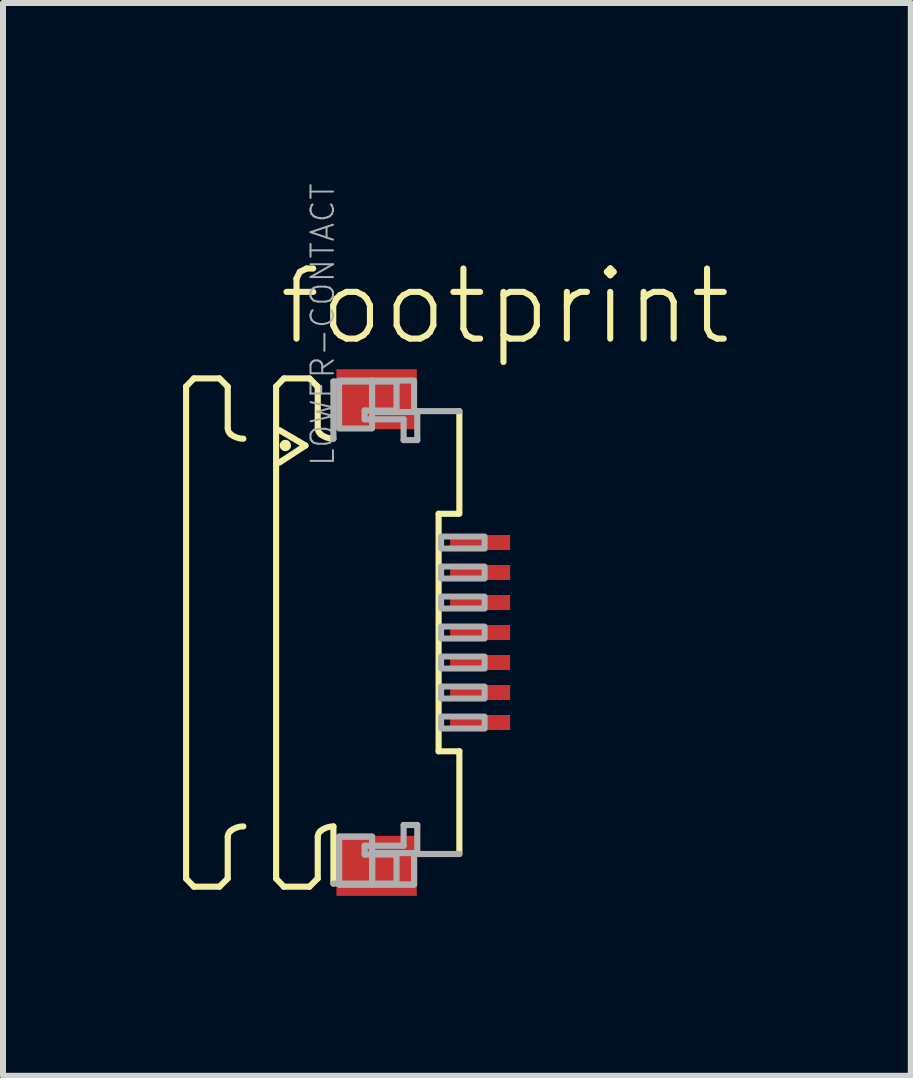
<source format=kicad_pcb>
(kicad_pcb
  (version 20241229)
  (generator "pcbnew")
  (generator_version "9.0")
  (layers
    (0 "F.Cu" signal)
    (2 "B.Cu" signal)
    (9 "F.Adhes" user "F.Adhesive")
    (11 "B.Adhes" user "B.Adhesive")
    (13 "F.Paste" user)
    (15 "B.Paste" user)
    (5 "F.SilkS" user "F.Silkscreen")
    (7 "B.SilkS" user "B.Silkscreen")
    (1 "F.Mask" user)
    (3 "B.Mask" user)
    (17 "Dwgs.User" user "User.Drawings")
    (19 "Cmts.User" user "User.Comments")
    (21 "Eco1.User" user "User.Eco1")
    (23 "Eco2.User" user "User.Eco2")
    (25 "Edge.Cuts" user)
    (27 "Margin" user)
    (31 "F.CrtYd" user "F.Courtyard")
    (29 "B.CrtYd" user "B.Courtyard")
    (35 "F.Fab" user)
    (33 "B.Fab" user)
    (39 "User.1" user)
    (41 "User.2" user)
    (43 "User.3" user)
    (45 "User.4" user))
  (footprint "footprint"
    (layer "F.Cu")
    (at 3.046 7.491)
    (property "Reference" "footprint" (at -1.5 -4.75 0) (layer "F.SilkS") (effects (font (size 1.168 1.168) (thickness 0.102)) (justify left bottom)))
    (fp_poly (pts (xy 1.355 -1.325) (xy 2.455 -1.325) (xy 2.455 -1.675) (xy 1.355 -1.675)) (stroke (width 0) (type solid)) (fill yes) (layer "F.Mask"))
    (fp_poly (pts (xy 1.355 -0.825) (xy 2.455 -0.825) (xy 2.455 -1.175) (xy 1.355 -1.175)) (stroke (width 0) (type solid)) (fill yes) (layer "F.Mask"))
    (fp_poly (pts (xy 1.355 -0.325) (xy 2.455 -0.325) (xy 2.455 -0.675) (xy 1.355 -0.675)) (stroke (width 0) (type solid)) (fill yes) (layer "F.Mask"))
    (fp_poly (pts (xy 1.355 0.175) (xy 2.455 0.175) (xy 2.455 -0.175) (xy 1.355 -0.175)) (stroke (width 0) (type solid)) (fill yes) (layer "F.Mask"))
    (fp_poly (pts (xy 1.355 0.675) (xy 2.455 0.675) (xy 2.455 0.325) (xy 1.355 0.325)) (stroke (width 0) (type solid)) (fill yes) (layer "F.Mask"))
    (fp_poly (pts (xy 1.355 1.175) (xy 2.455 1.175) (xy 2.455 0.825) (xy 1.355 0.825)) (stroke (width 0) (type solid)) (fill yes) (layer "F.Mask"))
    (fp_poly (pts (xy 1.355 1.675) (xy 2.455 1.675) (xy 2.455 1.325) (xy 1.355 1.325)) (stroke (width 0) (type solid)) (fill yes) (layer "F.Mask"))
    (fp_line (start -2.995 -4.1) (end -2.865 -4.235) (stroke (width 0.102) (type solid)) (layer "F.SilkS"))
    (fp_line (start -2.995 4.1) (end -2.995 -4.1) (stroke (width 0.102) (type solid)) (layer "F.SilkS"))
    (fp_line (start -2.995 4.1) (end -2.865 4.235) (stroke (width 0.102) (type solid)) (layer "F.SilkS"))
    (fp_line (start -2.865 -4.235) (end -2.438 -4.235) (stroke (width 0.102) (type solid)) (layer "F.SilkS"))
    (fp_line (start -2.865 4.235) (end -2.438 4.235) (stroke (width 0.102) (type solid)) (layer "F.SilkS"))
    (fp_line (start -2.438 -4.235) (end -2.301 -4.098) (stroke (width 0.102) (type solid)) (layer "F.SilkS"))
    (fp_line (start -2.438 4.235) (end -2.301 4.098) (stroke (width 0.102) (type solid)) (layer "F.SilkS"))
    (fp_line (start -2.301 -4.098) (end -2.301 -3.406) (stroke (width 0.102) (type solid)) (layer "F.SilkS"))
    (fp_line (start -2.301 4.098) (end -2.301 3.406) (stroke (width 0.102) (type solid)) (layer "F.SilkS"))
    (fp_line (start -1.495 -4.1) (end -1.365 -4.235) (stroke (width 0.102) (type solid)) (layer "F.SilkS"))
    (fp_line (start -1.495 4.1) (end -1.495 -4.1) (stroke (width 0.102) (type solid)) (layer "F.SilkS"))
    (fp_line (start -1.495 4.1) (end -1.365 4.235) (stroke (width 0.102) (type solid)) (layer "F.SilkS"))
    (fp_line (start -1.441 -3.373) (end -1.005 -3.117) (stroke (width 0.102) (type solid)) (layer "F.SilkS"))
    (fp_line (start -1.365 -4.235) (end -0.939 -4.235) (stroke (width 0.102) (type solid)) (layer "F.SilkS"))
    (fp_line (start -1.365 4.235) (end -0.939 4.235) (stroke (width 0.102) (type solid)) (layer "F.SilkS"))
    (fp_line (start -1.005 -3.117) (end -1.441 -2.832) (stroke (width 0.102) (type solid)) (layer "F.SilkS"))
    (fp_line (start -0.939 -4.235) (end -0.801 -4.098) (stroke (width 0.102) (type solid)) (layer "F.SilkS"))
    (fp_line (start -0.939 4.235) (end -0.801 4.098) (stroke (width 0.102) (type solid)) (layer "F.SilkS"))
    (fp_line (start -0.801 -4.098) (end -0.801 -3.406) (stroke (width 0.102) (type solid)) (layer "F.SilkS"))
    (fp_line (start -0.801 4.098) (end -0.801 3.406) (stroke (width 0.102) (type solid)) (layer "F.SilkS"))
    (fp_line (start -0.54 3.23) (end -0.54 4.183) (stroke (width 0.102) (type solid)) (layer "F.SilkS"))
    (fp_line (start 1.213 1.979) (end 1.213 -1.979) (stroke (width 0.102) (type solid)) (layer "F.SilkS"))
    (fp_line (start 1.538 -1.979) (end 1.213 -1.979) (stroke (width 0.102) (type solid)) (layer "F.SilkS"))
    (fp_line (start 1.559 -3.69) (end 1.559 -1.979) (stroke (width 0.102) (type solid)) (layer "F.SilkS"))
    (fp_line (start 1.559 1.979) (end 1.213 1.979) (stroke (width 0.102) (type solid)) (layer "F.SilkS"))
    (fp_line (start 1.559 3.69) (end 1.559 1.979) (stroke (width 0.102) (type solid)) (layer "F.SilkS"))
    (fp_arc (start -2.301 3.4057) (mid -2.288538 3.350596) (end -2.2536 3.306199) (stroke (width 0.1016) (type solid)) (layer "F.SilkS"))
    (fp_arc (start -2.2536 -3.306199) (mid -2.288538 -3.350596) (end -2.301 -3.4057) (stroke (width 0.1016) (type solid)) (layer "F.SilkS"))
    (fp_arc (start -2.2536 3.3062) (mid -2.153476 3.249935) (end -2.0403 3.230399) (stroke (width 0.1016) (type solid)) (layer "F.SilkS"))
    (fp_arc (start -2.0403 -3.230399) (mid -2.153476 -3.249935) (end -2.2536 -3.3062) (stroke (width 0.1016) (type solid)) (layer "F.SilkS"))
    (fp_arc (start -0.801 3.4057) (mid -0.788538 3.350596) (end -0.7536 3.306199) (stroke (width 0.1016) (type solid)) (layer "F.SilkS"))
    (fp_arc (start -0.7536 -3.306199) (mid -0.788538 -3.350596) (end -0.801 -3.4057) (stroke (width 0.1016) (type solid)) (layer "F.SilkS"))
    (fp_arc (start -0.7536 3.3062) (mid -0.653476 3.249935) (end -0.5403 3.230399) (stroke (width 0.1016) (type solid)) (layer "F.SilkS"))
    (fp_arc (start -0.5403 -3.230399) (mid -0.653476 -3.249935) (end -0.7536 -3.3062) (stroke (width 0.1016) (type solid)) (layer "F.SilkS"))
    (fp_circle (center -1.341 -3.117) (end -1.294 -3.117) (stroke (width 0.095) (type solid)) (fill yes) (layer "F.SilkS"))
    (fp_line (start -0.54 -4.183) (end 0.512 -4.183) (stroke (width 0.102) (type solid)) (layer "F.Fab"))
    (fp_line (start -0.54 -3.23) (end -0.54 -4.183) (stroke (width 0.102) (type solid)) (layer "F.Fab"))
    (fp_line (start -0.54 4.183) (end 0.512 4.183) (stroke (width 0.102) (type solid)) (layer "F.Fab"))
    (fp_line (start -0.019 -3.7) (end -0.019 -3.553) (stroke (width 0.102) (type solid)) (layer "F.Fab"))
    (fp_line (start -0.019 -3.553) (end 0.63 -3.553) (stroke (width 0.102) (type solid)) (layer "F.Fab"))
    (fp_line (start -0.019 3.553) (end 0.63 3.553) (stroke (width 0.102) (type solid)) (layer "F.Fab"))
    (fp_line (start -0.019 3.7) (end -0.019 3.553) (stroke (width 0.102) (type solid)) (layer "F.Fab"))
    (fp_line (start 0.512 -4.183) (end 0.512 -3.7) (stroke (width 0.102) (type solid)) (layer "F.Fab"))
    (fp_line (start 0.512 -3.7) (end -0.019 -3.7) (stroke (width 0.102) (type solid)) (layer "F.Fab"))
    (fp_line (start 0.512 3.7) (end -0.019 3.7) (stroke (width 0.102) (type solid)) (layer "F.Fab"))
    (fp_line (start 0.512 4.183) (end 0.512 3.7) (stroke (width 0.102) (type solid)) (layer "F.Fab"))
    (fp_line (start 0.63 -3.553) (end 0.63 -3.207) (stroke (width 0.102) (type solid)) (layer "F.Fab"))
    (fp_line (start 0.63 -3.207) (end 0.858 -3.207) (stroke (width 0.102) (type solid)) (layer "F.Fab"))
    (fp_line (start 0.63 3.207) (end 0.858 3.207) (stroke (width 0.102) (type solid)) (layer "F.Fab"))
    (fp_line (start 0.63 3.553) (end 0.63 3.207) (stroke (width 0.102) (type solid)) (layer "F.Fab"))
    (fp_line (start 0.858 -3.69) (end 1.559 -3.69) (stroke (width 0.102) (type solid)) (layer "F.Fab"))
    (fp_line (start 0.858 -3.207) (end 0.858 -3.69) (stroke (width 0.102) (type solid)) (layer "F.Fab"))
    (fp_line (start 0.858 3.207) (end 0.858 3.69) (stroke (width 0.102) (type solid)) (layer "F.Fab"))
    (fp_line (start 0.858 3.69) (end 1.559 3.69) (stroke (width 0.102) (type solid)) (layer "F.Fab"))
    (fp_poly (pts (xy -0.445 -3.4) (xy 0.105 -3.4) (xy 0.105 -4.2) (xy -0.445 -4.2)) (stroke (width 0.1) (type solid)) (fill no) (layer "F.Fab"))
    (fp_poly (pts (xy -0.445 4.2) (xy 0.105 4.2) (xy 0.105 3.4) (xy -0.445 3.4)) (stroke (width 0.1) (type solid)) (fill no) (layer "F.Fab"))
    (fp_poly (pts (xy -0.445 4.2) (xy 0.105 4.2) (xy 0.105 3.4) (xy -0.445 3.4)) (stroke (width 0.1) (type solid)) (fill no) (layer "F.Fab"))
    (fp_poly (pts (xy 0.105 -3.675) (xy 0.805 -3.675) (xy 0.805 -4.2) (xy 0.105 -4.2)) (stroke (width 0.1) (type solid)) (fill no) (layer "F.Fab"))
    (fp_poly (pts (xy 0.105 4.2) (xy 0.805 4.2) (xy 0.805 3.675) (xy 0.105 3.675)) (stroke (width 0.1) (type solid)) (fill no) (layer "F.Fab"))
    (fp_poly (pts (xy 0.105 4.2) (xy 0.805 4.2) (xy 0.805 3.675) (xy 0.105 3.675)) (stroke (width 0.1) (type solid)) (fill no) (layer "F.Fab"))
    (fp_poly (pts (xy 1.255 -1.4) (xy 1.98 -1.4) (xy 1.98 -1.6) (xy 1.255 -1.6)) (stroke (width 0.1) (type solid)) (fill no) (layer "F.Fab"))
    (fp_poly (pts (xy 1.255 -0.9) (xy 1.98 -0.9) (xy 1.98 -1.1) (xy 1.255 -1.1)) (stroke (width 0.1) (type solid)) (fill no) (layer "F.Fab"))
    (fp_poly (pts (xy 1.255 -0.4) (xy 1.98 -0.4) (xy 1.98 -0.6) (xy 1.255 -0.6)) (stroke (width 0.1) (type solid)) (fill no) (layer "F.Fab"))
    (fp_poly (pts (xy 1.255 0.1) (xy 1.98 0.1) (xy 1.98 -0.1) (xy 1.255 -0.1)) (stroke (width 0.1) (type solid)) (fill no) (layer "F.Fab"))
    (fp_poly (pts (xy 1.255 0.6) (xy 1.98 0.6) (xy 1.98 0.4) (xy 1.255 0.4)) (stroke (width 0.1) (type solid)) (fill no) (layer "F.Fab"))
    (fp_poly (pts (xy 1.255 1.1) (xy 1.98 1.1) (xy 1.98 0.9) (xy 1.255 0.9)) (stroke (width 0.1) (type solid)) (fill no) (layer "F.Fab"))
    (fp_poly (pts (xy 1.255 1.6) (xy 1.98 1.6) (xy 1.98 1.4) (xy 1.255 1.4)) (stroke (width 0.1) (type solid)) (fill no) (layer "F.Fab"))
    (fp_text user "LOWER-CONTACT" (at -0.5 -2.75 270) (layer "F.Fab") (effects (font (size 0.374 0.374) (thickness 0.033)) (justify left bottom)))
    (pad "1" smd rect (at 1.905 -1.5) (size 1 0.25) (layers "F.Cu" "F.Paste"))
    (pad "2" smd rect (at 1.905 -1) (size 1 0.25) (layers "F.Cu" "F.Paste"))
    (pad "3" smd rect (at 1.905 -0.5) (size 1 0.25) (layers "F.Cu" "F.Paste"))
    (pad "4" smd rect (at 1.905 0) (size 1 0.25) (layers "F.Cu" "F.Paste"))
    (pad "5" smd rect (at 1.905 0.5) (size 1 0.25) (layers "F.Cu" "F.Paste"))
    (pad "6" smd rect (at 1.905 1) (size 1 0.25) (layers "F.Cu" "F.Paste"))
    (pad "7" smd rect (at 1.905 1.5) (size 1 0.25) (layers "F.Cu" "F.Paste"))
    (pad "M1" smd rect (at 0.18 -3.888) (size 1.34 1) (layers "F.Cu" "F.Mask" "F.Paste"))
    (pad "M2" smd rect (at 0.18 3.888) (size 1.34 1) (layers "F.Cu" "F.Mask" "F.Paste")))
  (gr_rect
    (start -3 -3)
    (end 12.128 14.878)
    (stroke (width 0.1) (type default))
    (fill no)
    (layer "Edge.Cuts")))
</source>
